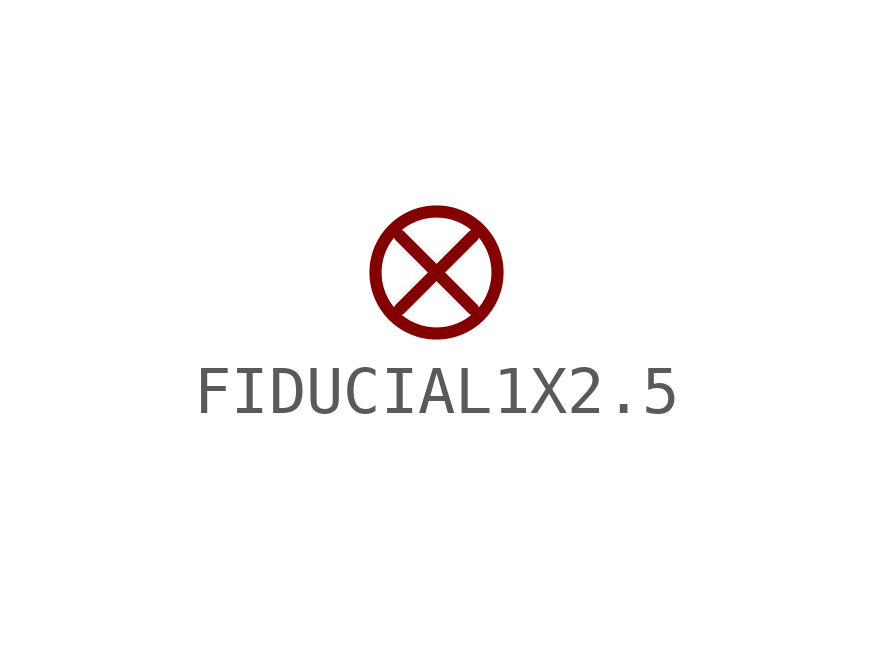
<source format=kicad_sym>
(kicad_symbol_lib
  (version 20231120)
  (generator "kicad_symbol_editor")
  (generator_version "8.0")
  (symbol "FIDUCIAL1X2.5"
    (property "Reference" "FID"
      (at 0 0 0)
      (effects (font (size 1.27 1.27)) (hide yes)))
    (property "ki_locked" ""
      (at 0 0 0)
      (effects (font (size 1.27 1.27))))
    (symbol "FIDUCIAL1X2.5_1_0"
      (polyline (pts (xy -0.762 0.762) (xy 0.762 -0.762)) (stroke (width 0.254) (type solid)) (fill (type none)))
      (polyline (pts (xy 0.762 0.762) (xy -0.762 -0.762)) (stroke (width 0.254) (type solid)) (fill (type none)))
      (circle (center 0 0) (radius 1.27) (stroke (width 0.254) (type solid)) (fill (type none))))))
</source>
